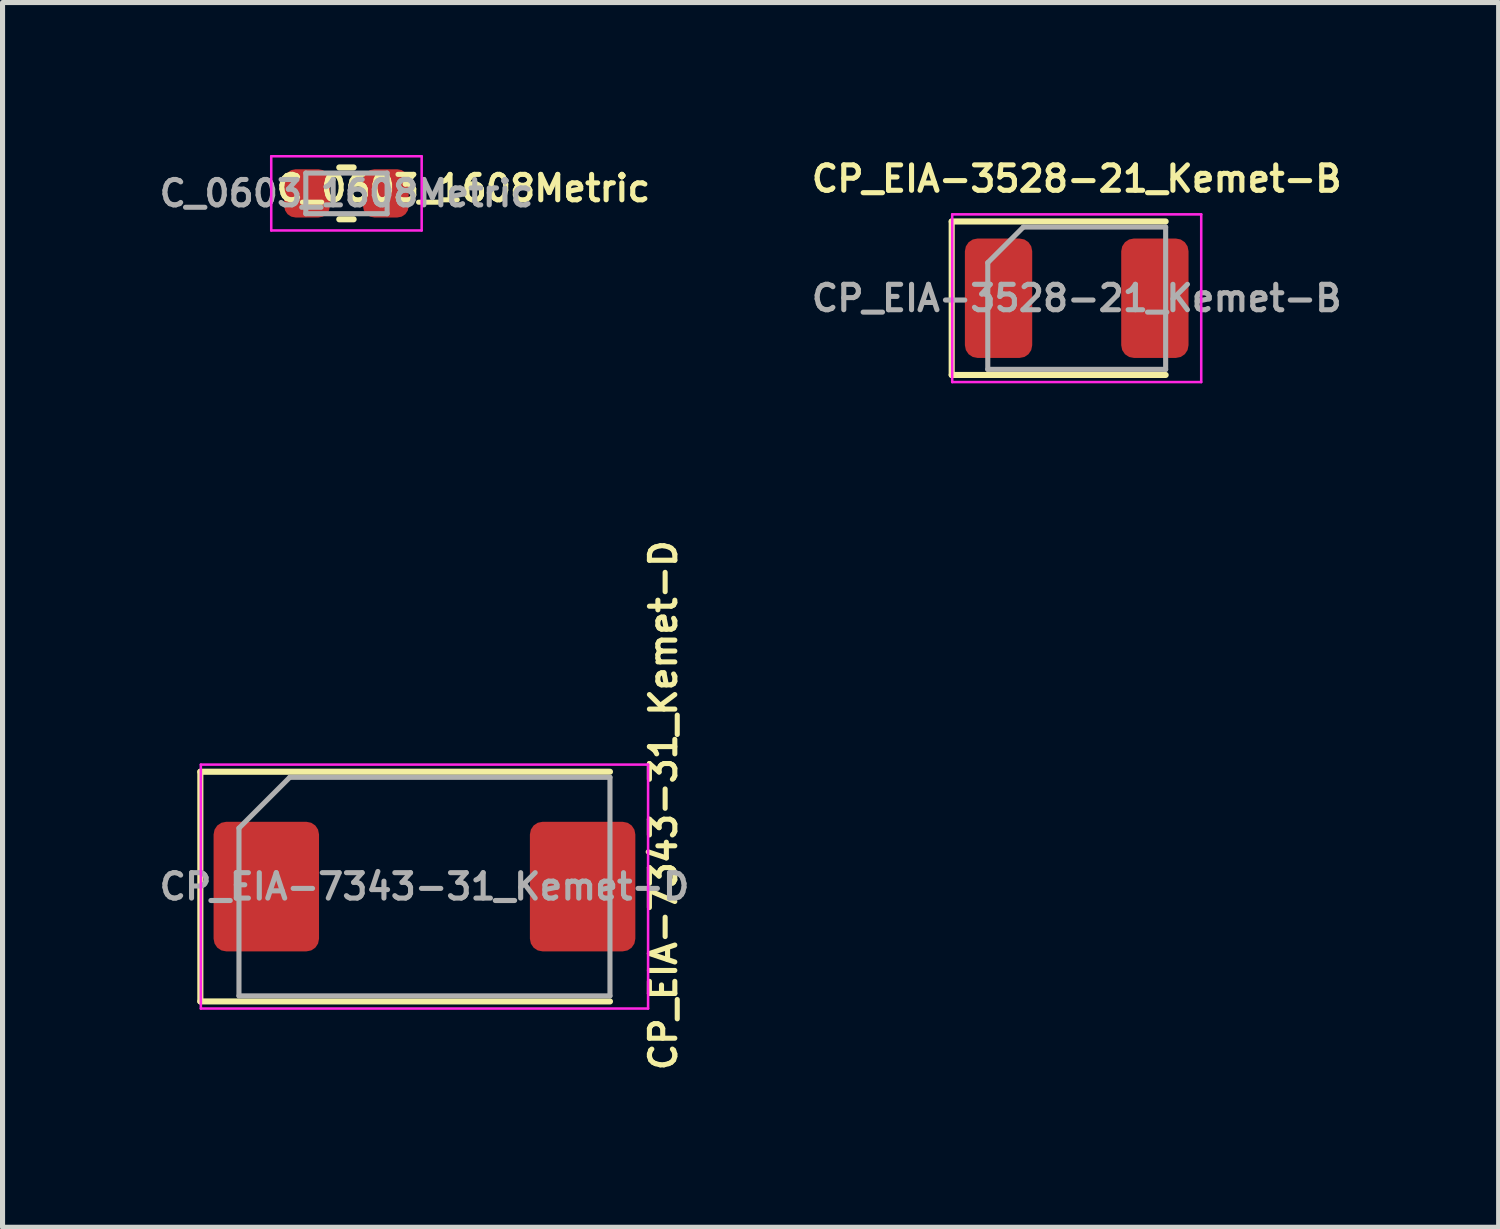
<source format=kicad_pcb>
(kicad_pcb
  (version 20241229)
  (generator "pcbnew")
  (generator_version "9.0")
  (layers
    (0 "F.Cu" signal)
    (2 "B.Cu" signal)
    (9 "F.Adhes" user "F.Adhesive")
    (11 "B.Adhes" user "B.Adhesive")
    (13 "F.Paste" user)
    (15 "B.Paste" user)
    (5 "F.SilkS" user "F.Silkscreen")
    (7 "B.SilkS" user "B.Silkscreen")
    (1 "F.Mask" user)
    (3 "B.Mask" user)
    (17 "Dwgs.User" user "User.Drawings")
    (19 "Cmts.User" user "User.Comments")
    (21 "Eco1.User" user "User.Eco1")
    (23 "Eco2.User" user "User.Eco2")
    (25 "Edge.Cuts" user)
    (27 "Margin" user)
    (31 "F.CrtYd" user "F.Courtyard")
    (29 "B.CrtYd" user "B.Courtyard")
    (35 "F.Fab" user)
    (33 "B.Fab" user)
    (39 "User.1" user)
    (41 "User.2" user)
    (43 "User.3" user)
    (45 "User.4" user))
  (footprint "C_0603_1608Metric"
    (layer "F.Cu")
    (at 3.767 0.755)
    (property "Reference" "C_0603_1608Metric" (at 2.3 -0.1 180) (layer "F.SilkS") (effects (font (size 0.5 0.5) (thickness 0.1))))
    (attr smd)
    (fp_line (start 0.141 -0.51) (end -0.141 -0.51) (stroke (width 0.12) (type solid)) (layer "F.SilkS"))
    (fp_line (start 0.141 0.51) (end -0.141 0.51) (stroke (width 0.12) (type solid)) (layer "F.SilkS"))
    (fp_line (start -1.48 -0.73) (end -1.48 0.73) (stroke (width 0.05) (type solid)) (layer "F.CrtYd"))
    (fp_line (start -1.48 0.73) (end 1.48 0.73) (stroke (width 0.05) (type solid)) (layer "F.CrtYd"))
    (fp_line (start 1.48 -0.73) (end -1.48 -0.73) (stroke (width 0.05) (type solid)) (layer "F.CrtYd"))
    (fp_line (start 1.48 0.73) (end 1.48 -0.73) (stroke (width 0.05) (type solid)) (layer "F.CrtYd"))
    (fp_line (start -0.8 -0.4) (end -0.8 0.4) (stroke (width 0.1) (type solid)) (layer "F.Fab"))
    (fp_line (start -0.8 0.4) (end 0.8 0.4) (stroke (width 0.1) (type solid)) (layer "F.Fab"))
    (fp_line (start 0.8 -0.4) (end -0.8 -0.4) (stroke (width 0.1) (type solid)) (layer "F.Fab"))
    (fp_line (start 0.8 0.4) (end 0.8 -0.4) (stroke (width 0.1) (type solid)) (layer "F.Fab"))
    (fp_text user "${REFERENCE}" (at 0 0 180) (layer "F.Fab") (effects (font (size 0.5 0.5) (thickness 0.1))))
    (pad "1" smd roundrect (at -0.775 0 180) (size 0.9 0.95) (layers "F.Cu" "F.Mask" "F.Paste") (roundrect_rratio 0.25))
    (pad "2" smd roundrect (at 0.775 0 180) (size 0.9 0.95) (layers "F.Cu" "F.Mask" "F.Paste") (roundrect_rratio 0.25)))
  (footprint "CP_EIA-7343-31_Kemet-D"
    (layer "F.Cu")
    (at 5.302 14.395)
    (property "Reference" "CP_EIA-7343-31_Kemet-D" (at 4.7 -1.6 270) (layer "F.SilkS") (effects (font (size 0.5 0.5) (thickness 0.1))))
    (attr smd)
    (fp_line (start -4.41 -2.26) (end 3.65 -2.26) (stroke (width 0.12) (type solid)) (layer "F.SilkS"))
    (fp_line (start -4.41 2.26) (end -4.41 -2.26) (stroke (width 0.12) (type solid)) (layer "F.SilkS"))
    (fp_line (start 3.65 2.26) (end -4.41 2.26) (stroke (width 0.12) (type solid)) (layer "F.SilkS"))
    (fp_line (start -4.4 -2.4) (end -4.4 2.4) (stroke (width 0.05) (type solid)) (layer "F.CrtYd"))
    (fp_line (start -4.4 2.4) (end 4.4 2.4) (stroke (width 0.05) (type solid)) (layer "F.CrtYd"))
    (fp_line (start 4.4 -2.4) (end -4.4 -2.4) (stroke (width 0.05) (type solid)) (layer "F.CrtYd"))
    (fp_line (start 4.4 2.4) (end 4.4 -2.4) (stroke (width 0.05) (type solid)) (layer "F.CrtYd"))
    (fp_line (start -3.65 -1.15) (end -2.65 -2.15) (stroke (width 0.1) (type solid)) (layer "F.Fab"))
    (fp_line (start -3.65 2.15) (end -3.65 -1.15) (stroke (width 0.1) (type solid)) (layer "F.Fab"))
    (fp_line (start -2.65 -2.15) (end 3.65 -2.15) (stroke (width 0.1) (type solid)) (layer "F.Fab"))
    (fp_line (start 3.65 -2.15) (end 3.65 2.15) (stroke (width 0.1) (type solid)) (layer "F.Fab"))
    (fp_line (start 3.65 2.15) (end -3.65 2.15) (stroke (width 0.1) (type solid)) (layer "F.Fab"))
    (fp_text user "${REFERENCE}" (at 0 0 180) (layer "F.Fab") (effects (font (size 0.5 0.5) (thickness 0.1))))
    (pad "1" smd roundrect (at -3.112 0 180) (size 2.075 2.55) (layers "F.Cu" "F.Mask" "F.Paste") (roundrect_rratio 0.12))
    (pad "2" smd roundrect (at 3.112 0 180) (size 2.075 2.55) (layers "F.Cu" "F.Mask" "F.Paste") (roundrect_rratio 0.12)))
  (footprint "CP_EIA-3528-21_Kemet-B"
    (layer "F.Cu")
    (at 18.136 2.818)
    (property "Reference" "CP_EIA-3528-21_Kemet-B" (at 0 -2.35 180) (layer "F.SilkS") (effects (font (size 0.5 0.5) (thickness 0.1))))
    (attr smd)
    (fp_line (start -2.46 -1.51) (end 1.75 -1.51) (stroke (width 0.12) (type solid)) (layer "F.SilkS"))
    (fp_line (start -2.46 1.51) (end -2.46 -1.51) (stroke (width 0.12) (type solid)) (layer "F.SilkS"))
    (fp_line (start 1.75 1.51) (end -2.46 1.51) (stroke (width 0.12) (type solid)) (layer "F.SilkS"))
    (fp_line (start -2.45 -1.65) (end -2.45 1.65) (stroke (width 0.05) (type solid)) (layer "F.CrtYd"))
    (fp_line (start -2.45 1.65) (end 2.45 1.65) (stroke (width 0.05) (type solid)) (layer "F.CrtYd"))
    (fp_line (start 2.45 -1.65) (end -2.45 -1.65) (stroke (width 0.05) (type solid)) (layer "F.CrtYd"))
    (fp_line (start 2.45 1.65) (end 2.45 -1.65) (stroke (width 0.05) (type solid)) (layer "F.CrtYd"))
    (fp_line (start -1.75 -0.7) (end -1.05 -1.4) (stroke (width 0.1) (type solid)) (layer "F.Fab"))
    (fp_line (start -1.75 1.4) (end -1.75 -0.7) (stroke (width 0.1) (type solid)) (layer "F.Fab"))
    (fp_line (start -1.05 -1.4) (end 1.75 -1.4) (stroke (width 0.1) (type solid)) (layer "F.Fab"))
    (fp_line (start 1.75 -1.4) (end 1.75 1.4) (stroke (width 0.1) (type solid)) (layer "F.Fab"))
    (fp_line (start 1.75 1.4) (end -1.75 1.4) (stroke (width 0.1) (type solid)) (layer "F.Fab"))
    (fp_text user "${REFERENCE}" (at 0 0 180) (layer "F.Fab") (effects (font (size 0.5 0.5) (thickness 0.1))))
    (pad "1" smd roundrect (at -1.538 0 180) (size 1.325 2.35) (layers "F.Cu" "F.Mask" "F.Paste") (roundrect_rratio 0.189))
    (pad "2" smd roundrect (at 1.538 0 180) (size 1.325 2.35) (layers "F.Cu" "F.Mask" "F.Paste") (roundrect_rratio 0.189)))
  (gr_rect
    (start -3 -3)
    (end 26.438 21.098)
    (stroke (width 0.1) (type default))
    (fill no)
    (layer "Edge.Cuts")))
</source>
